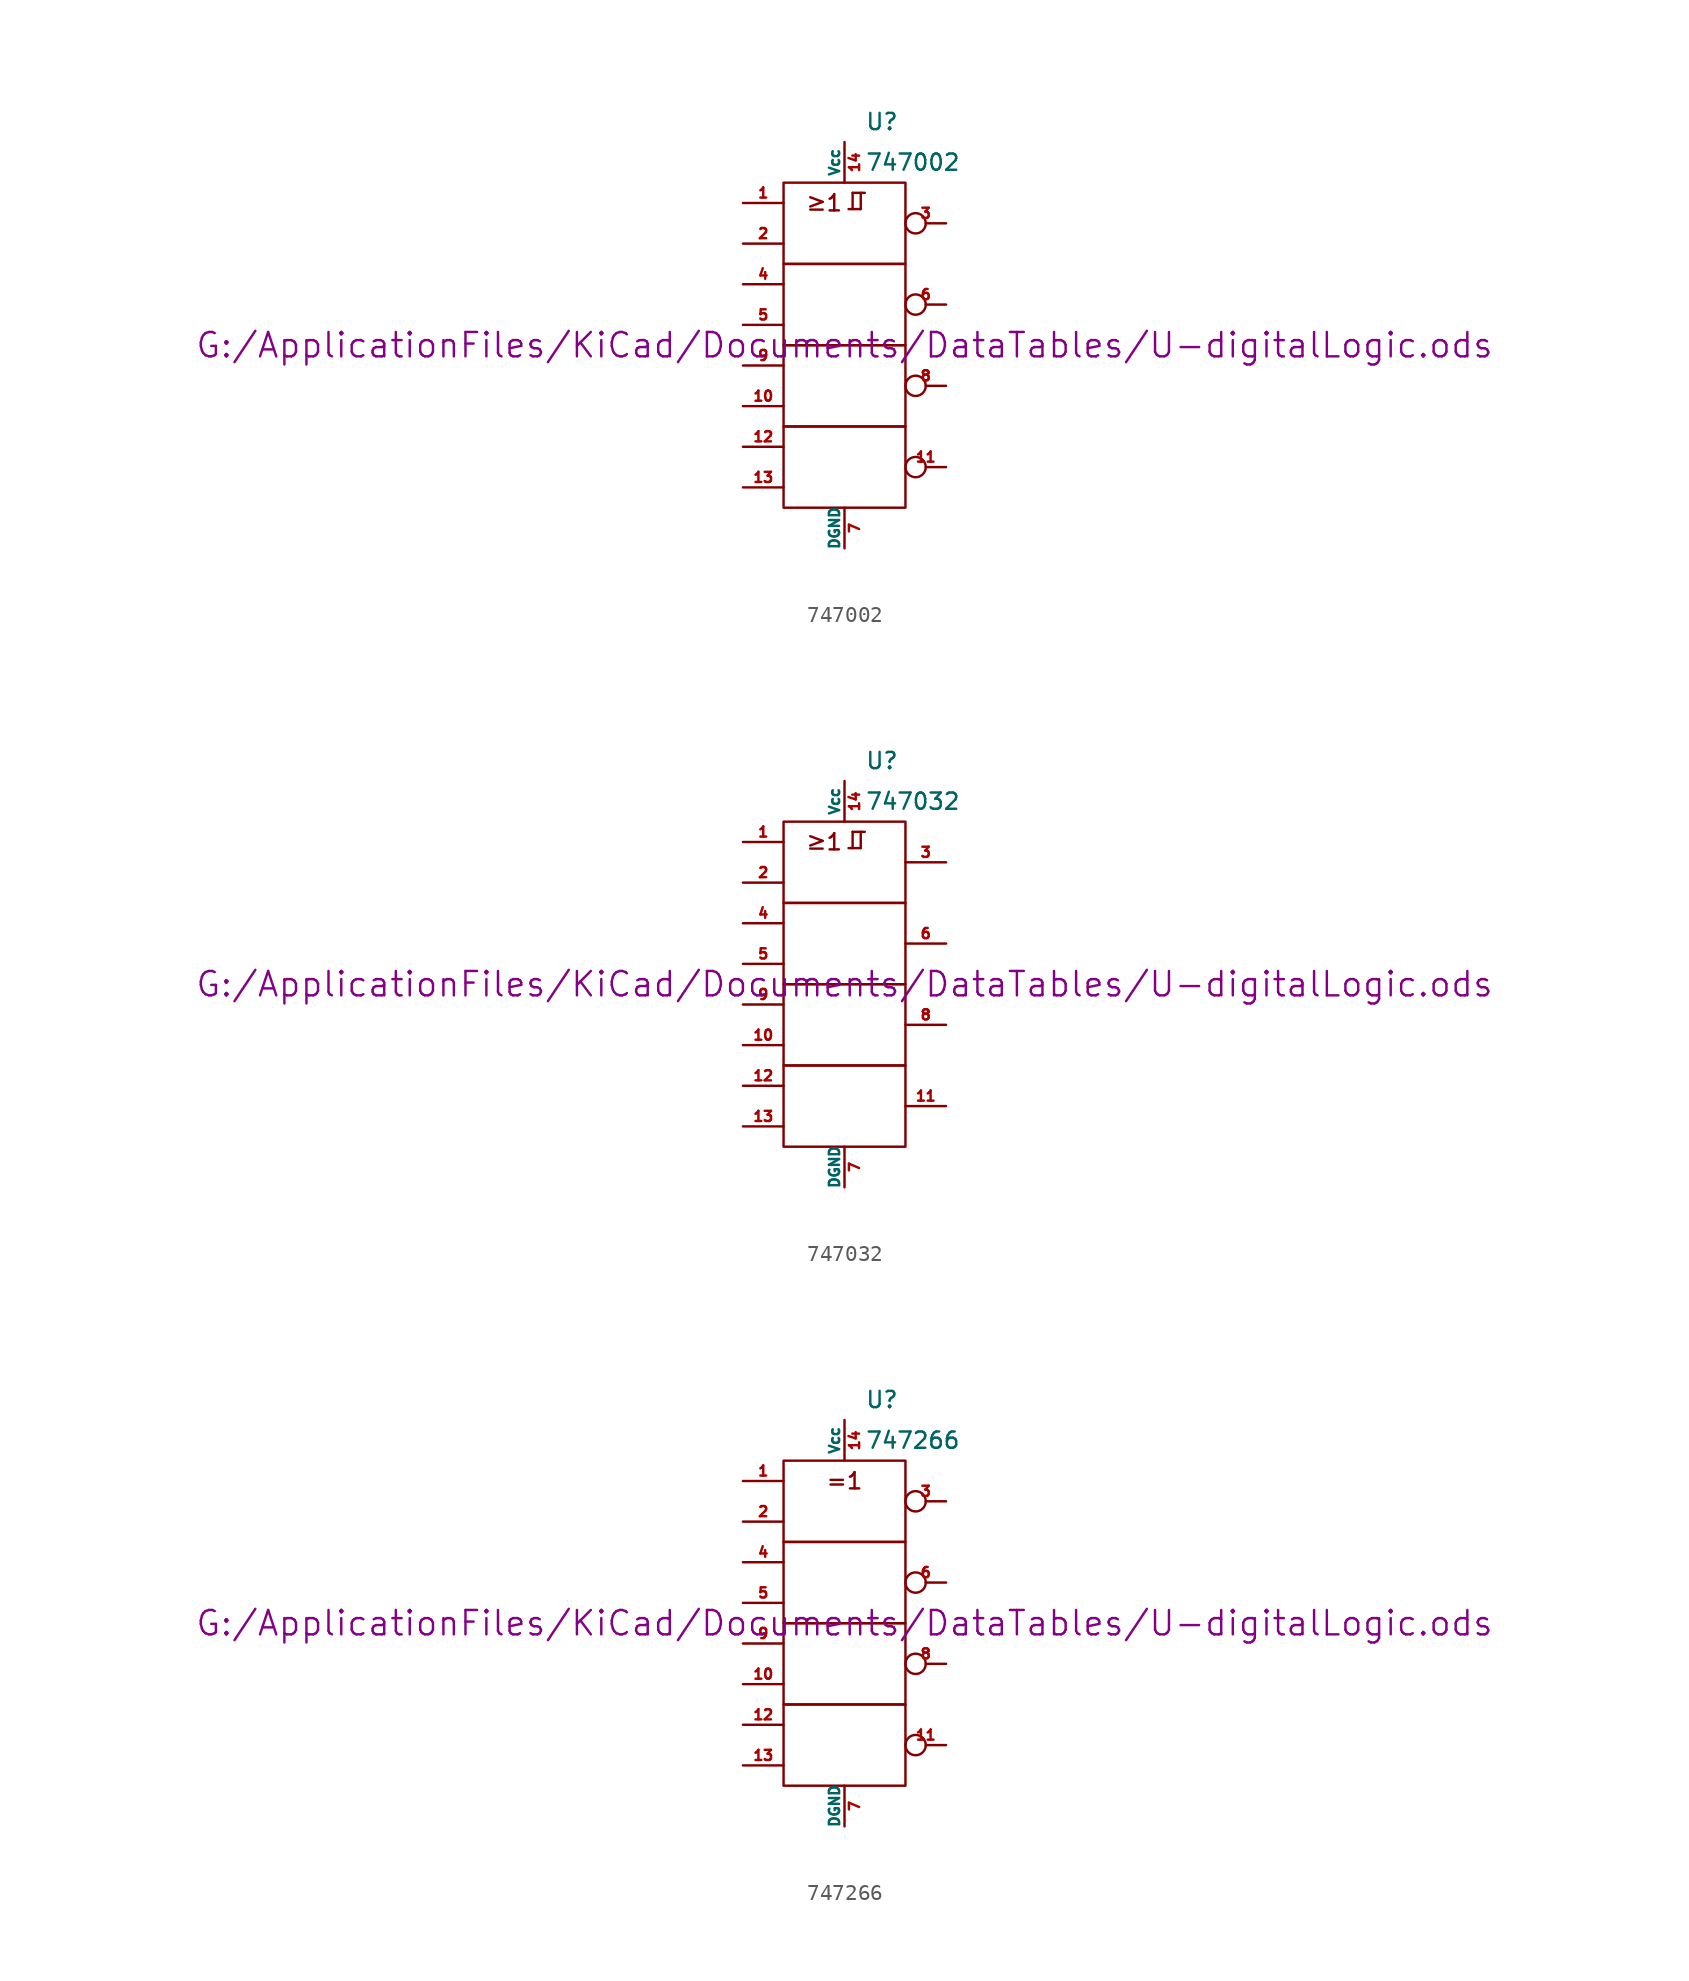
<source format=kicad_sym>
(kicad_symbol_lib
  (version 20211014)
  (generator kicad_symbol_editor)
  (symbol "747002"
    (pin_names
      (offset 0))
    (property "Reference" "U"
      (at 1.27 13.97 0)
      (effects (font (size 1.016 1.016)) (justify left)))
    (property "Value" "747002"
      (at 1.27 11.43 0)
      (effects (font (size 1.016 1.016)) (justify left)))
    (property "Footprint" ""
      (at 0 0 0)
      (effects (font (size 1.524 1.524))))
    (property "Datasheet" "G:/ApplicationFiles/KiCad/Documents/DataTables/U-digitalLogic.ods"
      (at 0 0 0)
      (effects (font (size 1.524 1.524))))
    (symbol "747002_0_0"
      (polyline (pts (xy 0.254 8.509) (xy 1.016 8.509)) (stroke (width 0) (type default) (color 0 0 0 0)) (fill (type none)))
      (polyline (pts (xy 0.508 8.509) (xy 0.508 9.525)) (stroke (width 0) (type default) (color 0 0 0 0)) (fill (type none)))
      (polyline (pts (xy 0.508 9.525) (xy 1.27 9.525)) (stroke (width 0) (type default) (color 0 0 0 0)) (fill (type none)))
      (polyline (pts (xy 1.016 8.509) (xy 1.016 9.525)) (stroke (width 0) (type default) (color 0 0 0 0)) (fill (type none)))
      (text "≥1" (at -1.27 8.89 0) (effects (font (size 1.016 1.016)))))
    (symbol "747002_0_1"
      (rectangle (start -3.81 -5.08) (end 3.81 -10.16) (stroke (width 0) (type default) (color 0 0 0 0)) (fill (type none)))
      (rectangle (start -3.81 0) (end 3.81 -5.08) (stroke (width 0) (type default) (color 0 0 0 0)) (fill (type none)))
      (rectangle (start -3.81 5.08) (end 3.81 0) (stroke (width 0) (type default) (color 0 0 0 0)) (fill (type none)))
      (rectangle (start -3.81 10.16) (end 3.81 5.08) (stroke (width 0) (type default) (color 0 0 0 0)) (fill (type none))))
    (symbol "747002_1_1"
      (pin input line (at -6.35 8.89 0) (length 2.54) (name "~" (effects (font (size 0.635 0.635)))) (number "1" (effects (font (size 0.635 0.635)))))
      (pin input line (at -6.35 -3.81 0) (length 2.54) (name "~" (effects (font (size 0.635 0.635)))) (number "10" (effects (font (size 0.635 0.635)))))
      (pin output inverted (at 6.35 -7.62 180) (length 2.54) (name "~" (effects (font (size 0.635 0.635)))) (number "11" (effects (font (size 0.635 0.635)))))
      (pin input line (at -6.35 -6.35 0) (length 2.54) (name "~" (effects (font (size 0.635 0.635)))) (number "12" (effects (font (size 0.635 0.635)))))
      (pin input line (at -6.35 -8.89 0) (length 2.54) (name "~" (effects (font (size 0.635 0.635)))) (number "13" (effects (font (size 0.635 0.635)))))
      (pin power_in line (at 0 12.7 270) (length 2.54) (name "Vcc" (effects (font (size 0.635 0.635)))) (number "14" (effects (font (size 0.635 0.635)))))
      (pin input line (at -6.35 6.35 0) (length 2.54) (name "~" (effects (font (size 0.635 0.635)))) (number "2" (effects (font (size 0.635 0.635)))))
      (pin output inverted (at 6.35 7.62 180) (length 2.54) (name "~" (effects (font (size 0.635 0.635)))) (number "3" (effects (font (size 0.635 0.635)))))
      (pin input line (at -6.35 3.81 0) (length 2.54) (name "~" (effects (font (size 0.635 0.635)))) (number "4" (effects (font (size 0.635 0.635)))))
      (pin input line (at -6.35 1.27 0) (length 2.54) (name "~" (effects (font (size 0.635 0.635)))) (number "5" (effects (font (size 0.635 0.635)))))
      (pin output inverted (at 6.35 2.54 180) (length 2.54) (name "~" (effects (font (size 0.635 0.635)))) (number "6" (effects (font (size 0.635 0.635)))))
      (pin power_in line (at 0 -12.7 90) (length 2.54) (name "DGND" (effects (font (size 0.635 0.635)))) (number "7" (effects (font (size 0.635 0.635)))))
      (pin output inverted (at 6.35 -2.54 180) (length 2.54) (name "~" (effects (font (size 0.635 0.635)))) (number "8" (effects (font (size 0.635 0.635)))))
      (pin input line (at -6.35 -1.27 0) (length 2.54) (name "~" (effects (font (size 0.635 0.635)))) (number "9" (effects (font (size 0.635 0.635)))))))
  (symbol "747032"
    (pin_names
      (offset 0))
    (property "Reference" "U"
      (at 1.27 13.97 0)
      (effects (font (size 1.016 1.016)) (justify left)))
    (property "Value" "747032"
      (at 1.27 11.43 0)
      (effects (font (size 1.016 1.016)) (justify left)))
    (property "Footprint" ""
      (at 0 0 0)
      (effects (font (size 1.524 1.524))))
    (property "Datasheet" "G:/ApplicationFiles/KiCad/Documents/DataTables/U-digitalLogic.ods"
      (at 0 0 0)
      (effects (font (size 1.524 1.524))))
    (symbol "747032_0_0"
      (polyline (pts (xy 0.254 8.509) (xy 1.016 8.509)) (stroke (width 0) (type default) (color 0 0 0 0)) (fill (type none)))
      (polyline (pts (xy 0.508 8.509) (xy 0.508 9.525)) (stroke (width 0) (type default) (color 0 0 0 0)) (fill (type none)))
      (polyline (pts (xy 0.508 9.525) (xy 1.27 9.525)) (stroke (width 0) (type default) (color 0 0 0 0)) (fill (type none)))
      (polyline (pts (xy 1.016 8.509) (xy 1.016 9.525)) (stroke (width 0) (type default) (color 0 0 0 0)) (fill (type none)))
      (text "≥1" (at -1.27 8.89 0) (effects (font (size 1.016 1.016)))))
    (symbol "747032_0_1"
      (rectangle (start -3.81 -5.08) (end 3.81 -10.16) (stroke (width 0) (type default) (color 0 0 0 0)) (fill (type none)))
      (rectangle (start -3.81 0) (end 3.81 -5.08) (stroke (width 0) (type default) (color 0 0 0 0)) (fill (type none)))
      (rectangle (start -3.81 5.08) (end 3.81 0) (stroke (width 0) (type default) (color 0 0 0 0)) (fill (type none)))
      (rectangle (start -3.81 10.16) (end 3.81 5.08) (stroke (width 0) (type default) (color 0 0 0 0)) (fill (type none))))
    (symbol "747032_1_1"
      (pin input line (at -6.35 8.89 0) (length 2.54) (name "~" (effects (font (size 0.635 0.635)))) (number "1" (effects (font (size 0.635 0.635)))))
      (pin input line (at -6.35 -3.81 0) (length 2.54) (name "~" (effects (font (size 0.635 0.635)))) (number "10" (effects (font (size 0.635 0.635)))))
      (pin output line (at 6.35 -7.62 180) (length 2.54) (name "~" (effects (font (size 0.635 0.635)))) (number "11" (effects (font (size 0.635 0.635)))))
      (pin input line (at -6.35 -6.35 0) (length 2.54) (name "~" (effects (font (size 0.635 0.635)))) (number "12" (effects (font (size 0.635 0.635)))))
      (pin input line (at -6.35 -8.89 0) (length 2.54) (name "~" (effects (font (size 0.635 0.635)))) (number "13" (effects (font (size 0.635 0.635)))))
      (pin power_in line (at 0 12.7 270) (length 2.54) (name "Vcc" (effects (font (size 0.635 0.635)))) (number "14" (effects (font (size 0.635 0.635)))))
      (pin input line (at -6.35 6.35 0) (length 2.54) (name "~" (effects (font (size 0.635 0.635)))) (number "2" (effects (font (size 0.635 0.635)))))
      (pin output line (at 6.35 7.62 180) (length 2.54) (name "~" (effects (font (size 0.635 0.635)))) (number "3" (effects (font (size 0.635 0.635)))))
      (pin input line (at -6.35 3.81 0) (length 2.54) (name "~" (effects (font (size 0.635 0.635)))) (number "4" (effects (font (size 0.635 0.635)))))
      (pin input line (at -6.35 1.27 0) (length 2.54) (name "~" (effects (font (size 0.635 0.635)))) (number "5" (effects (font (size 0.635 0.635)))))
      (pin output line (at 6.35 2.54 180) (length 2.54) (name "~" (effects (font (size 0.635 0.635)))) (number "6" (effects (font (size 0.635 0.635)))))
      (pin power_in line (at 0 -12.7 90) (length 2.54) (name "DGND" (effects (font (size 0.635 0.635)))) (number "7" (effects (font (size 0.635 0.635)))))
      (pin output line (at 6.35 -2.54 180) (length 2.54) (name "~" (effects (font (size 0.635 0.635)))) (number "8" (effects (font (size 0.635 0.635)))))
      (pin input line (at -6.35 -1.27 0) (length 2.54) (name "~" (effects (font (size 0.635 0.635)))) (number "9" (effects (font (size 0.635 0.635)))))))
  (symbol "747266"
    (pin_names
      (offset 0))
    (property "Reference" "U"
      (at 1.27 13.97 0)
      (effects (font (size 1.016 1.016)) (justify left)))
    (property "Value" "747266"
      (at 1.27 11.43 0)
      (effects (font (size 1.016 1.016)) (justify left)))
    (property "Footprint" ""
      (at 0 0 0)
      (effects (font (size 1.524 1.524))))
    (property "Datasheet" "G:/ApplicationFiles/KiCad/Documents/DataTables/U-digitalLogic.ods"
      (at 0 0 0)
      (effects (font (size 1.524 1.524))))
    (symbol "747266_0_0"
      (text "=1" (at 0 8.89 0) (effects (font (size 1.016 1.016)))))
    (symbol "747266_0_1"
      (rectangle (start -3.81 -5.08) (end 3.81 -10.16) (stroke (width 0) (type default) (color 0 0 0 0)) (fill (type none)))
      (rectangle (start -3.81 0) (end 3.81 -5.08) (stroke (width 0) (type default) (color 0 0 0 0)) (fill (type none)))
      (rectangle (start -3.81 5.08) (end 3.81 0) (stroke (width 0) (type default) (color 0 0 0 0)) (fill (type none)))
      (rectangle (start -3.81 10.16) (end 3.81 5.08) (stroke (width 0) (type default) (color 0 0 0 0)) (fill (type none))))
    (symbol "747266_1_1"
      (pin input line (at -6.35 8.89 0) (length 2.54) (name "~" (effects (font (size 0.635 0.635)))) (number "1" (effects (font (size 0.635 0.635)))))
      (pin input line (at -6.35 -3.81 0) (length 2.54) (name "~" (effects (font (size 0.635 0.635)))) (number "10" (effects (font (size 0.635 0.635)))))
      (pin output inverted (at 6.35 -7.62 180) (length 2.54) (name "~" (effects (font (size 0.635 0.635)))) (number "11" (effects (font (size 0.635 0.635)))))
      (pin input line (at -6.35 -6.35 0) (length 2.54) (name "~" (effects (font (size 0.635 0.635)))) (number "12" (effects (font (size 0.635 0.635)))))
      (pin input line (at -6.35 -8.89 0) (length 2.54) (name "~" (effects (font (size 0.635 0.635)))) (number "13" (effects (font (size 0.635 0.635)))))
      (pin power_in line (at 0 12.7 270) (length 2.54) (name "Vcc" (effects (font (size 0.635 0.635)))) (number "14" (effects (font (size 0.635 0.635)))))
      (pin input line (at -6.35 6.35 0) (length 2.54) (name "~" (effects (font (size 0.635 0.635)))) (number "2" (effects (font (size 0.635 0.635)))))
      (pin output inverted (at 6.35 7.62 180) (length 2.54) (name "~" (effects (font (size 0.635 0.635)))) (number "3" (effects (font (size 0.635 0.635)))))
      (pin input line (at -6.35 3.81 0) (length 2.54) (name "~" (effects (font (size 0.635 0.635)))) (number "4" (effects (font (size 0.635 0.635)))))
      (pin input line (at -6.35 1.27 0) (length 2.54) (name "~" (effects (font (size 0.635 0.635)))) (number "5" (effects (font (size 0.635 0.635)))))
      (pin output inverted (at 6.35 2.54 180) (length 2.54) (name "~" (effects (font (size 0.635 0.635)))) (number "6" (effects (font (size 0.635 0.635)))))
      (pin power_in line (at 0 -12.7 90) (length 2.54) (name "DGND" (effects (font (size 0.635 0.635)))) (number "7" (effects (font (size 0.635 0.635)))))
      (pin output inverted (at 6.35 -2.54 180) (length 2.54) (name "~" (effects (font (size 0.635 0.635)))) (number "8" (effects (font (size 0.635 0.635)))))
      (pin input line (at -6.35 -1.27 0) (length 2.54) (name "~" (effects (font (size 0.635 0.635)))) (number "9" (effects (font (size 0.635 0.635))))))))
</source>
